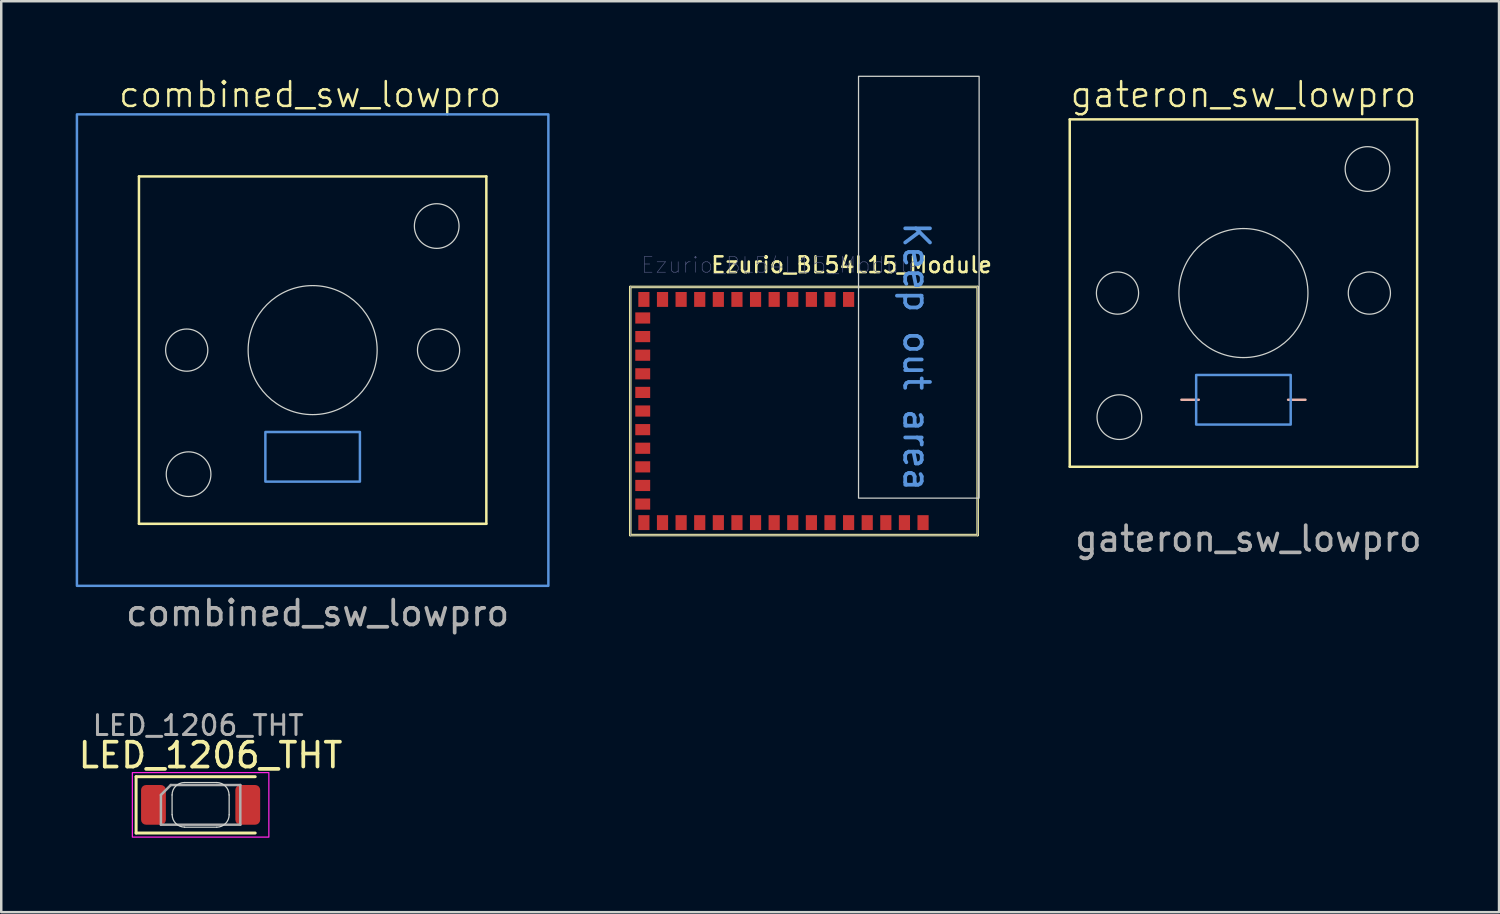
<source format=kicad_pcb>
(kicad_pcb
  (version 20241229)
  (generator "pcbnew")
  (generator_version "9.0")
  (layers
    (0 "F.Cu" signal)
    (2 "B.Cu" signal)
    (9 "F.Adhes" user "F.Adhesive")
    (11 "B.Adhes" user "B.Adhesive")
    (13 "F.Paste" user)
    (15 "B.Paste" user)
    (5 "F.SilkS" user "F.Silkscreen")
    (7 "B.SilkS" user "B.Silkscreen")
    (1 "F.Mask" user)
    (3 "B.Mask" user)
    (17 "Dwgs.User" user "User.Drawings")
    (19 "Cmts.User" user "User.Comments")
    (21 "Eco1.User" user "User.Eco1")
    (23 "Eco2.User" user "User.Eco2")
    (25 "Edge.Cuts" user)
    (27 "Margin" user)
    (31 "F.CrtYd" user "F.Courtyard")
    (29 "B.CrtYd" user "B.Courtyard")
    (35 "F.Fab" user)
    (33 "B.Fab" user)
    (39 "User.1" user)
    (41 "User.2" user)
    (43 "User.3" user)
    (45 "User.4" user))
  (footprint "LED_1206_THT"
    (layer "F.Cu")
    (at 5.035 29.387)
    (property "Reference" "LED_1206_THT" (at 0.4 -2 0) (layer "F.SilkS") (effects (font (size 1 1) (thickness 0.15))))
    (attr smd)
    (fp_line (start -2.6 -1.135) (end -2.6 1.135) (stroke (width 0.12) (type solid)) (layer "F.SilkS"))
    (fp_line (start -2.6 1.135) (end 2.2 1.135) (stroke (width 0.12) (type solid)) (layer "F.SilkS"))
    (fp_line (start 2.2 -1.135) (end -2.6 -1.135) (stroke (width 0.12) (type solid)) (layer "F.SilkS"))
    (fp_line (start -1.15 0.4) (end -1.15 -0.4) (stroke (width 0.05) (type solid)) (layer "Edge.Cuts"))
    (fp_line (start -0.65 -0.9) (end 0.65 -0.9) (stroke (width 0.05) (type solid)) (layer "Edge.Cuts"))
    (fp_line (start 0.65 0.9) (end -0.65 0.9) (stroke (width 0.05) (type solid)) (layer "Edge.Cuts"))
    (fp_line (start 1.15 -0.4) (end 1.15 0.4) (stroke (width 0.05) (type default)) (layer "Edge.Cuts"))
    (fp_arc (start -1.150001 -0.400001) (mid -1.003554 -0.753554) (end -0.650001 -0.900001) (stroke (width 0.05) (type default)) (layer "Edge.Cuts"))
    (fp_arc (start -0.646447 0.896447) (mid -1 0.75) (end -1.146447 0.396447) (stroke (width 0.05) (type default)) (layer "Edge.Cuts"))
    (fp_arc (start 0.646447 -0.9) (mid 1 -0.753553) (end 1.146447 -0.4) (stroke (width 0.05) (type default)) (layer "Edge.Cuts"))
    (fp_arc (start 1.15 0.4) (mid 1.003553 0.753553) (end 0.65 0.9) (stroke (width 0.05) (type default)) (layer "Edge.Cuts"))
    (fp_rect (start -2.75 -1.3) (end 2.75 1.3) (stroke (width 0.05) (type solid)) (fill no) (layer "F.CrtYd"))
    (fp_line (start -1.6 -0.4) (end -1.6 0.8) (stroke (width 0.1) (type solid)) (layer "F.Fab"))
    (fp_line (start -1.6 0.8) (end 1.6 0.8) (stroke (width 0.1) (type solid)) (layer "F.Fab"))
    (fp_line (start -1.2 -0.8) (end -1.6 -0.4) (stroke (width 0.1) (type solid)) (layer "F.Fab"))
    (fp_line (start 1.6 -0.8) (end -1.2 -0.8) (stroke (width 0.1) (type solid)) (layer "F.Fab"))
    (fp_line (start 1.6 0.8) (end 1.6 -0.8) (stroke (width 0.1) (type solid)) (layer "F.Fab"))
    (fp_text user "${REFERENCE}" (at -0.1 -3.2 0) (layer "F.Fab") (effects (font (size 0.8 0.8) (thickness 0.12))))
    (pad "1" smd roundrect (at -1.9 0) (size 1 1.6) (layers "F.Cu" "F.Mask" "F.Paste") (roundrect_rratio 0.2))
    (pad "2" smd roundrect (at 1.9 0) (size 1 1.6) (layers "F.Cu" "F.Mask" "F.Paste") (roundrect_rratio 0.2)))
  (footprint "combined_sw_lowpro"
    (layer "F.Cu")
    (at 9.55 11.06)
    (property "Reference" "combined_sw_lowpro" (at -0.1 -10.3 0) (unlocked yes) (layer "F.SilkS") (effects (font (size 1 1) (thickness 0.1))))
    (attr smd)
    (fp_line (start -7 -7) (end 7 -7) (stroke (width 0.1) (type default)) (layer "F.SilkS"))
    (fp_line (start -7 7) (end -7 -7) (stroke (width 0.1) (type default)) (layer "F.SilkS"))
    (fp_line (start 7 -7) (end 7 7) (stroke (width 0.1) (type default)) (layer "F.SilkS"))
    (fp_line (start 7 7) (end -7 7) (stroke (width 0.1) (type default)) (layer "F.SilkS"))
    (fp_rect (start -9.5 -9.5) (end 9.5 9.5) (stroke (width 0.1) (type solid)) (fill no) (layer "Cmts.User"))
    (fp_rect (start -1.905 3.3) (end 1.905 5.3) (stroke (width 0.1) (type solid)) (fill no) (layer "Cmts.User"))
    (fp_circle (center 0 0) (end 2.5 0) (stroke (width 0.1) (type default)) (fill no) (layer "Eco1.User"))
    (fp_circle (center -5.075 0) (end -4.225 0) (stroke (width 0.05) (type solid)) (fill no) (layer "Edge.Cuts"))
    (fp_circle (center -5 5) (end -4.1 5) (stroke (width 0.05) (type solid)) (fill no) (layer "Edge.Cuts"))
    (fp_circle (center 0 0) (end 2.6 0) (stroke (width 0.05) (type solid)) (fill no) (layer "Edge.Cuts"))
    (fp_circle (center 5 -5) (end 5.9 -5) (stroke (width 0.05) (type solid)) (fill no) (layer "Edge.Cuts"))
    (fp_circle (center 5.075 0) (end 5.925 0) (stroke (width 0.05) (type solid)) (fill no) (layer "Edge.Cuts"))
    (fp_rect (start -2.5 -6) (end 2.5 -3.5) (stroke (width 0.1) (type solid)) (fill no) (layer "User.2"))
    (fp_line (start -1.905 4.3) (end 1.905 4.3) (stroke (width 0.1) (type solid)) (layer "User.3"))
    (fp_line (start 0 3.25) (end 0 5.75) (stroke (width 0.1) (type solid)) (layer "User.3"))
    (fp_circle (center 0 4.5) (end 1.25 4.5) (stroke (width 0.1) (type solid)) (fill no) (layer "User.4"))
    (fp_text user "${REFERENCE}" (at 0.2 10.6 0) (unlocked yes) (layer "F.Fab") (effects (font (size 1 1) (thickness 0.15))))
    (zone (net_name "") (layers "F.Cu" "B.Cu") (hatch edge 0.5) (connect_pads) (min_thickness 0.25) (filled_areas_thickness no) (keepout (tracks allowed) (vias allowed) (pads allowed) (copperpour not_allowed) (footprints allowed)) (placement (enabled no)) (fill) (polygon (pts (xy 2.55 11.06) (xy 16.55 11.06) (xy 16.55 20.561) (xy 2.55 20.561))))
    (zone (net_name "") (layer "User.6") (hatch edge 0.5) (connect_pads) (min_thickness 0.25) (filled_areas_thickness no) (keepout (tracks allowed) (vias allowed) (pads allowed) (copperpour not_allowed) (footprints allowed)) (placement (enabled no)) (fill) (polygon (pts (xy 2.55 11.06) (xy 16.55 11.06) (xy 16.55 20.561) (xy 2.65 20.561)))))
  (footprint "gateron_sw_lowpro"
    (layer "F.Cu")
    (at 47.062 8.761)
    (property "Reference" "gateron_sw_lowpro" (at 0 -8 0) (unlocked yes) (layer "F.SilkS") (effects (font (size 1 1) (thickness 0.1))))
    (attr smd)
    (fp_line (start -7 -7) (end 7 -7) (stroke (width 0.1) (type default)) (layer "F.SilkS"))
    (fp_line (start -7 7) (end -7 -7) (stroke (width 0.1) (type default)) (layer "F.SilkS"))
    (fp_line (start 7 -7) (end 7 7) (stroke (width 0.1) (type default)) (layer "F.SilkS"))
    (fp_line (start 7 7) (end -7 7) (stroke (width 0.1) (type default)) (layer "F.SilkS"))
    (fp_line (start -2.5 4.3) (end -1.8 4.3) (stroke (width 0.1) (type solid)) (layer "B.SilkS"))
    (fp_line (start 1.8 4.3) (end 2.5 4.3) (stroke (width 0.1) (type solid)) (layer "B.SilkS"))
    (fp_rect (start -1.905 3.3) (end 1.905 5.3) (stroke (width 0.1) (type solid)) (fill no) (layer "Cmts.User"))
    (fp_rect (start -2.5 -6) (end 2.5 -3.5) (stroke (width 0.1) (type solid)) (fill no) (layer "Eco2.User"))
    (fp_circle (center -5.075 0) (end -4.225 0) (stroke (width 0.05) (type solid)) (fill no) (layer "Edge.Cuts"))
    (fp_circle (center -5 5) (end -4.1 5) (stroke (width 0.05) (type solid)) (fill no) (layer "Edge.Cuts"))
    (fp_circle (center 0 0) (end 2.6 0) (stroke (width 0.05) (type solid)) (fill no) (layer "Edge.Cuts"))
    (fp_circle (center 5 -5) (end 5.9 -5) (stroke (width 0.05) (type solid)) (fill no) (layer "Edge.Cuts"))
    (fp_circle (center 5.075 0) (end 5.925 0) (stroke (width 0.05) (type solid)) (fill no) (layer "Edge.Cuts"))
    (fp_text user "${REFERENCE}" (at 0.2 9.9 0) (unlocked yes) (layer "F.Fab") (effects (font (size 1 1) (thickness 0.15)))))
  (footprint "Ezurio_BL54L15_Module"
    (layer "F.Cu")
    (at 22.35 18.515)
    (property "Reference" "Ezurio_BL54L15_Module" (at 8.919 -10.889 0) (unlocked yes) (layer "F.SilkS") (effects (font (size 0.635 0.635) (thickness 0.102))))
    (fp_line (start 0 -10) (end 14 -10) (stroke (width 0.102) (type solid)) (layer "F.SilkS"))
    (fp_line (start 0 0) (end 0 -10) (stroke (width 0.102) (type solid)) (layer "F.SilkS"))
    (fp_line (start 0 0) (end 14 0) (stroke (width 0.102) (type solid)) (layer "F.SilkS"))
    (fp_line (start 14 0) (end 14 -10) (stroke (width 0.102) (type solid)) (layer "F.SilkS"))
    (fp_rect (start 9.2 -18.49) (end 14.06 -1.49) (stroke (width 0.05) (type default)) (fill no) (layer "Edge.Cuts"))
    (fp_line (start 0 -10) (end 14 -10) (stroke (width 0.025) (type solid)) (layer "B.Fab"))
    (fp_line (start 0 0) (end 0 -10) (stroke (width 0.025) (type solid)) (layer "B.Fab"))
    (fp_line (start 0 0) (end 14 0) (stroke (width 0.025) (type solid)) (layer "B.Fab"))
    (fp_line (start 14 0) (end 14 -10) (stroke (width 0.025) (type solid)) (layer "B.Fab"))
    (fp_text user "Keep out area" (at 10.95 -12.7 270) (unlocked yes) (layer "Cmts.User") (effects (font (size 1 1) (thickness 0.15)) (justify left bottom)))
    (fp_text user "${REFERENCE}" (at 0.404 -10.514 0) (unlocked yes) (layer "B.Fab") (effects (font (size 0.635 0.635) (thickness 0.025)) (justify left bottom)))
    (pad "1" smd rect (at 11.8 -0.503 270) (size 0.6 0.45) (layers "F.Cu" "F.Mask" "F.Paste"))
    (pad "2" smd rect (at 11.05 -0.503 270) (size 0.6 0.45) (layers "F.Cu" "F.Mask" "F.Paste"))
    (pad "3" smd rect (at 10.3 -0.503 270) (size 0.6 0.45) (layers "F.Cu" "F.Mask" "F.Paste"))
    (pad "4" smd rect (at 9.55 -0.503 270) (size 0.6 0.45) (layers "F.Cu" "F.Mask" "F.Paste"))
    (pad "5" smd rect (at 8.8 -0.503 270) (size 0.6 0.45) (layers "F.Cu" "F.Mask" "F.Paste"))
    (pad "6" smd rect (at 8.05 -0.503 270) (size 0.6 0.45) (layers "F.Cu" "F.Mask" "F.Paste"))
    (pad "7" smd rect (at 7.3 -0.503 270) (size 0.6 0.45) (layers "F.Cu" "F.Mask" "F.Paste"))
    (pad "8" smd rect (at 6.55 -0.503 270) (size 0.6 0.45) (layers "F.Cu" "F.Mask" "F.Paste"))
    (pad "9" smd rect (at 5.8 -0.503 270) (size 0.6 0.45) (layers "F.Cu" "F.Mask" "F.Paste"))
    (pad "10" smd rect (at 5.05 -0.503 270) (size 0.6 0.45) (layers "F.Cu" "F.Mask" "F.Paste"))
    (pad "11" smd rect (at 4.3 -0.503 270) (size 0.6 0.45) (layers "F.Cu" "F.Mask" "F.Paste"))
    (pad "12" smd rect (at 3.55 -0.503 270) (size 0.6 0.45) (layers "F.Cu" "F.Mask" "F.Paste"))
    (pad "13" smd rect (at 2.8 -0.503 270) (size 0.6 0.45) (layers "F.Cu" "F.Mask" "F.Paste"))
    (pad "14" smd rect (at 2.05 -0.503 270) (size 0.6 0.45) (layers "F.Cu" "F.Mask" "F.Paste"))
    (pad "15" smd rect (at 1.3 -0.503 270) (size 0.6 0.45) (layers "F.Cu" "F.Mask" "F.Paste"))
    (pad "16" smd rect (at 0.55 -0.503 270) (size 0.6 0.45) (layers "F.Cu" "F.Mask" "F.Paste"))
    (pad "17" smd rect (at 0.503 -1.25) (size 0.6 0.45) (layers "F.Cu" "F.Mask" "F.Paste"))
    (pad "18" smd rect (at 0.503 -2) (size 0.6 0.45) (layers "F.Cu" "F.Mask" "F.Paste"))
    (pad "19" smd rect (at 0.503 -2.75) (size 0.6 0.45) (layers "F.Cu" "F.Mask" "F.Paste"))
    (pad "20" smd rect (at 0.503 -3.5) (size 0.6 0.45) (layers "F.Cu" "F.Mask" "F.Paste"))
    (pad "21" smd rect (at 0.503 -4.25) (size 0.6 0.45) (layers "F.Cu" "F.Mask" "F.Paste"))
    (pad "22" smd rect (at 0.503 -5) (size 0.6 0.45) (layers "F.Cu" "F.Mask" "F.Paste"))
    (pad "23" smd rect (at 0.503 -5.75) (size 0.6 0.45) (layers "F.Cu" "F.Mask" "F.Paste"))
    (pad "24" smd rect (at 0.503 -6.5) (size 0.6 0.45) (layers "F.Cu" "F.Mask" "F.Paste"))
    (pad "25" smd rect (at 0.503 -7.25) (size 0.6 0.45) (layers "F.Cu" "F.Mask" "F.Paste"))
    (pad "26" smd rect (at 0.503 -8) (size 0.6 0.45) (layers "F.Cu" "F.Mask" "F.Paste"))
    (pad "27" smd rect (at 0.503 -8.75) (size 0.6 0.45) (layers "F.Cu" "F.Mask" "F.Paste"))
    (pad "28" smd rect (at 0.55 -9.497 270) (size 0.6 0.45) (layers "F.Cu" "F.Mask" "F.Paste"))
    (pad "29" smd rect (at 1.3 -9.497 270) (size 0.6 0.45) (layers "F.Cu" "F.Mask" "F.Paste"))
    (pad "30" smd rect (at 2.05 -9.497 270) (size 0.6 0.45) (layers "F.Cu" "F.Mask" "F.Paste"))
    (pad "31" smd rect (at 2.8 -9.497 270) (size 0.6 0.45) (layers "F.Cu" "F.Mask" "F.Paste"))
    (pad "32" smd rect (at 3.55 -9.497 270) (size 0.6 0.45) (layers "F.Cu" "F.Mask" "F.Paste"))
    (pad "33" smd rect (at 4.3 -9.497 270) (size 0.6 0.45) (layers "F.Cu" "F.Mask" "F.Paste"))
    (pad "34" smd rect (at 5.05 -9.497 270) (size 0.6 0.45) (layers "F.Cu" "F.Mask" "F.Paste"))
    (pad "35" smd rect (at 5.8 -9.497 270) (size 0.6 0.45) (layers "F.Cu" "F.Mask" "F.Paste"))
    (pad "36" smd rect (at 6.55 -9.497 270) (size 0.6 0.45) (layers "F.Cu" "F.Mask" "F.Paste"))
    (pad "37" smd rect (at 7.3 -9.497 270) (size 0.6 0.45) (layers "F.Cu" "F.Mask" "F.Paste"))
    (pad "38" smd rect (at 8.05 -9.497 270) (size 0.6 0.45) (layers "F.Cu" "F.Mask" "F.Paste"))
    (pad "39" smd rect (at 8.8 -9.497 270) (size 0.6 0.45) (layers "F.Cu" "F.Mask" "F.Paste"))
    (zone (net_name "") (layer "F.Cu") (hatch edge 0.5) (connect_pads) (min_thickness 0.25) (filled_areas_thickness no) (keepout (tracks allowed) (vias allowed) (pads allowed) (copperpour not_allowed) (footprints allowed)) (placement (enabled no)) (fill) (polygon (pts (xy 31.35 8.515) (xy 31.35 17.015) (xy 36.35 17.015) (xy 36.35 8.515)))))
  (gr_rect
    (start -3 -3)
    (end 57.363 33.712)
    (stroke (width 0.1) (type default))
    (fill no)
    (layer "Edge.Cuts")))
</source>
